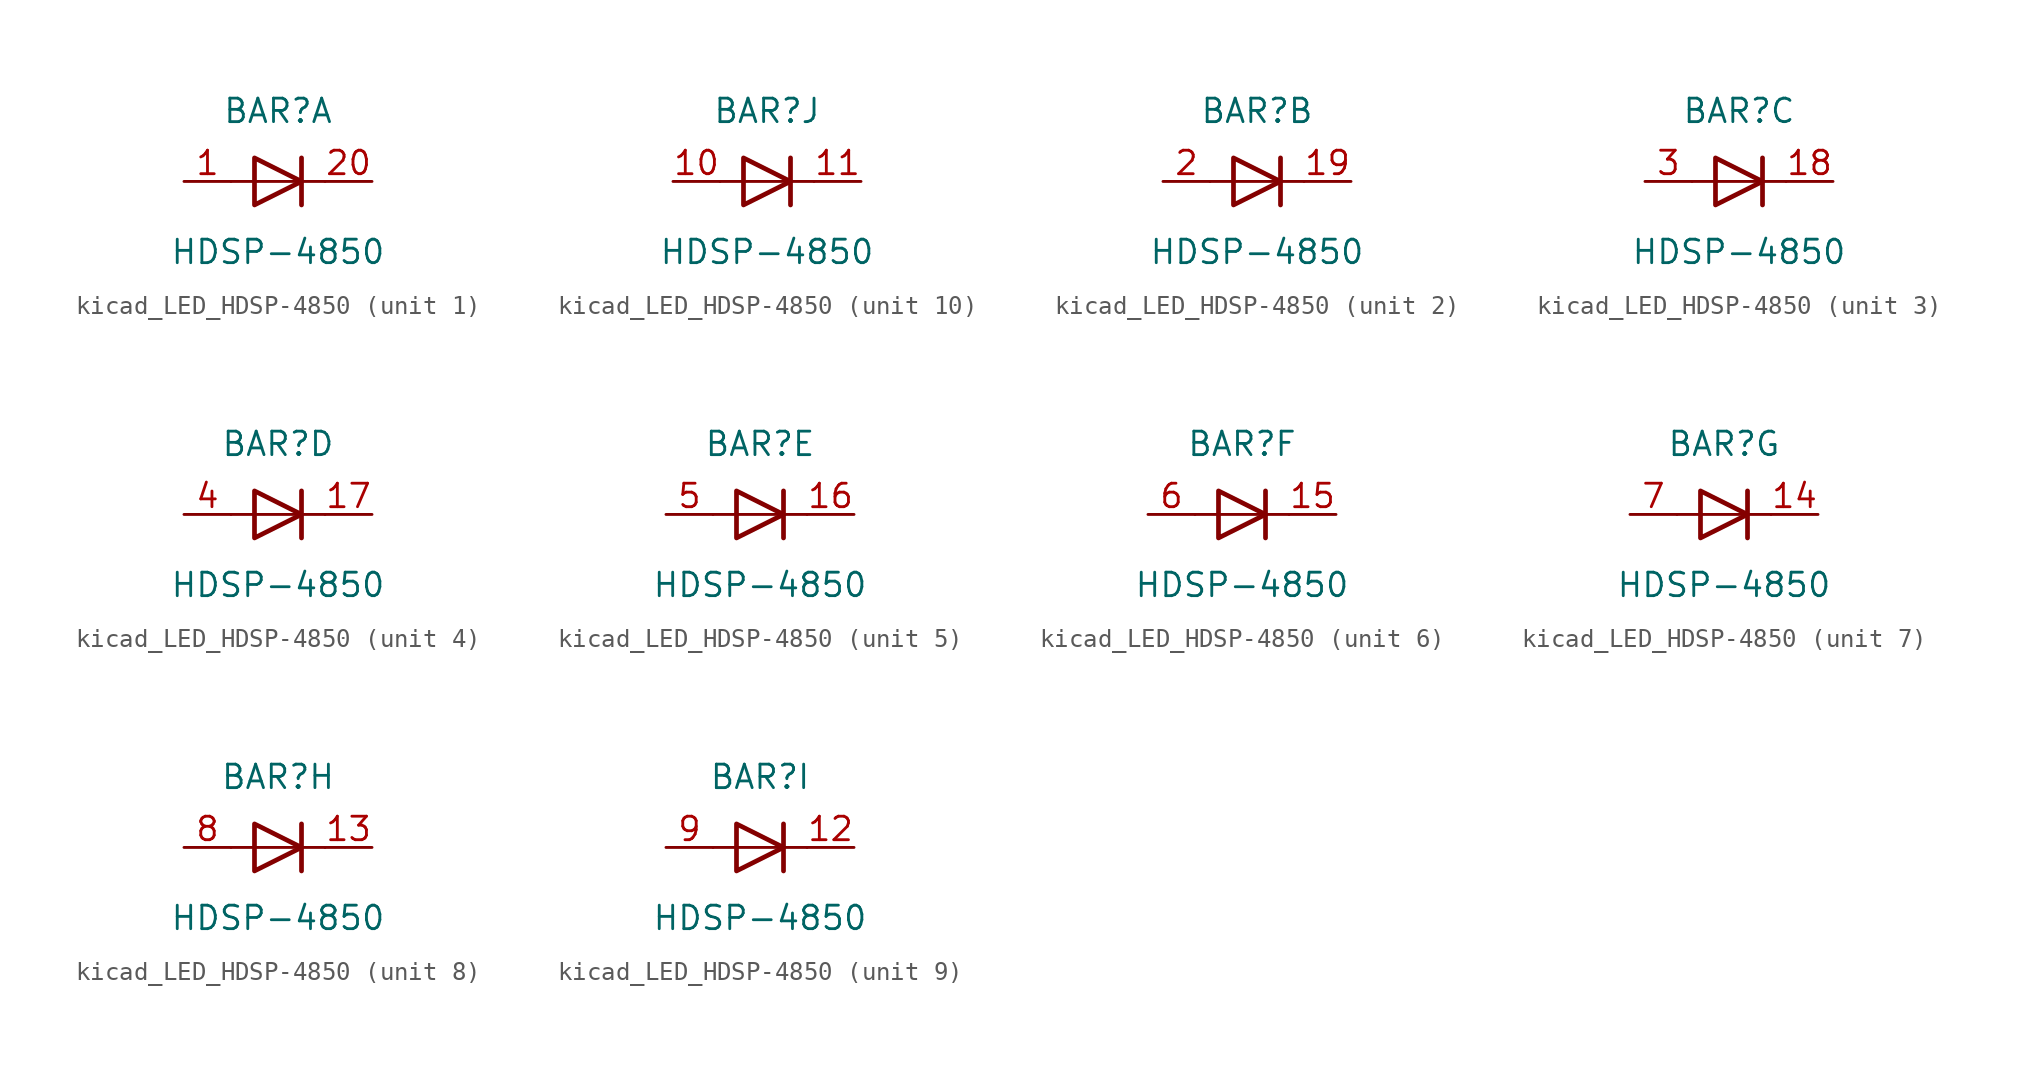
<source format=kicad_sym>
(kicad_symbol_lib
  (version 20220914)
  (generator kicad_symbol_editor)
  (symbol "kicad_LED_HDSP-4850"
    (pin_names
      (offset 1.016) hide)
    (property "Reference" "BAR"
      (at 0 3.81 0)
      (effects (font (size 1.27 1.27))))
    (property "Value" "HDSP-4850"
      (at 0 -3.81 0)
      (effects (font (size 1.27 1.27))))
    (symbol "kicad_LED_HDSP-4850_0_1"
      (polyline (pts (xy -2.54 0) (xy 2.54 0)) (stroke (width 0) (type default)) (fill (type none)))
      (polyline (pts (xy 1.27 -1.27) (xy 1.27 1.27)) (stroke (width 0.254) (type default)) (fill (type none)))
      (polyline (pts (xy -1.27 1.27) (xy -1.27 -1.27) (xy 1.27 0) (xy -1.27 1.27)) (stroke (width 0.254) (type default)) (fill (type none))))
    (symbol "kicad_LED_HDSP-4850_1_1"
      (pin passive line (at -5.08 0 0) (length 2.54) (name "A" (effects (font (size 1.27 1.27)))) (number "1" (effects (font (size 1.27 1.27)))))
      (pin passive line (at 5.08 0 180) (length 2.54) (name "K" (effects (font (size 1.27 1.27)))) (number "20" (effects (font (size 1.27 1.27))))))
    (symbol "kicad_LED_HDSP-4850_2_1"
      (pin passive line (at 5.08 0 180) (length 2.54) (name "K" (effects (font (size 1.27 1.27)))) (number "19" (effects (font (size 1.27 1.27)))))
      (pin passive line (at -5.08 0 0) (length 2.54) (name "A" (effects (font (size 1.27 1.27)))) (number "2" (effects (font (size 1.27 1.27))))))
    (symbol "kicad_LED_HDSP-4850_3_1"
      (pin passive line (at 5.08 0 180) (length 2.54) (name "K" (effects (font (size 1.27 1.27)))) (number "18" (effects (font (size 1.27 1.27)))))
      (pin passive line (at -5.08 0 0) (length 2.54) (name "A" (effects (font (size 1.27 1.27)))) (number "3" (effects (font (size 1.27 1.27))))))
    (symbol "kicad_LED_HDSP-4850_4_1"
      (pin passive line (at 5.08 0 180) (length 2.54) (name "K" (effects (font (size 1.27 1.27)))) (number "17" (effects (font (size 1.27 1.27)))))
      (pin passive line (at -5.08 0 0) (length 2.54) (name "A" (effects (font (size 1.27 1.27)))) (number "4" (effects (font (size 1.27 1.27))))))
    (symbol "kicad_LED_HDSP-4850_5_1"
      (pin passive line (at 5.08 0 180) (length 2.54) (name "K" (effects (font (size 1.27 1.27)))) (number "16" (effects (font (size 1.27 1.27)))))
      (pin passive line (at -5.08 0 0) (length 2.54) (name "A" (effects (font (size 1.27 1.27)))) (number "5" (effects (font (size 1.27 1.27))))))
    (symbol "kicad_LED_HDSP-4850_6_1"
      (pin passive line (at 5.08 0 180) (length 2.54) (name "K" (effects (font (size 1.27 1.27)))) (number "15" (effects (font (size 1.27 1.27)))))
      (pin passive line (at -5.08 0 0) (length 2.54) (name "A" (effects (font (size 1.27 1.27)))) (number "6" (effects (font (size 1.27 1.27))))))
    (symbol "kicad_LED_HDSP-4850_7_1"
      (pin passive line (at 5.08 0 180) (length 2.54) (name "K" (effects (font (size 1.27 1.27)))) (number "14" (effects (font (size 1.27 1.27)))))
      (pin passive line (at -5.08 0 0) (length 2.54) (name "A" (effects (font (size 1.27 1.27)))) (number "7" (effects (font (size 1.27 1.27))))))
    (symbol "kicad_LED_HDSP-4850_8_1"
      (pin passive line (at 5.08 0 180) (length 2.54) (name "K" (effects (font (size 1.27 1.27)))) (number "13" (effects (font (size 1.27 1.27)))))
      (pin passive line (at -5.08 0 0) (length 2.54) (name "A" (effects (font (size 1.27 1.27)))) (number "8" (effects (font (size 1.27 1.27))))))
    (symbol "kicad_LED_HDSP-4850_9_1"
      (pin passive line (at 5.08 0 180) (length 2.54) (name "K" (effects (font (size 1.27 1.27)))) (number "12" (effects (font (size 1.27 1.27)))))
      (pin passive line (at -5.08 0 0) (length 2.54) (name "A" (effects (font (size 1.27 1.27)))) (number "9" (effects (font (size 1.27 1.27))))))
    (symbol "kicad_LED_HDSP-4850_10_1"
      (pin passive line (at -5.08 0 0) (length 2.54) (name "A" (effects (font (size 1.27 1.27)))) (number "10" (effects (font (size 1.27 1.27)))))
      (pin passive line (at 5.08 0 180) (length 2.54) (name "K" (effects (font (size 1.27 1.27)))) (number "11" (effects (font (size 1.27 1.27))))))))
</source>
